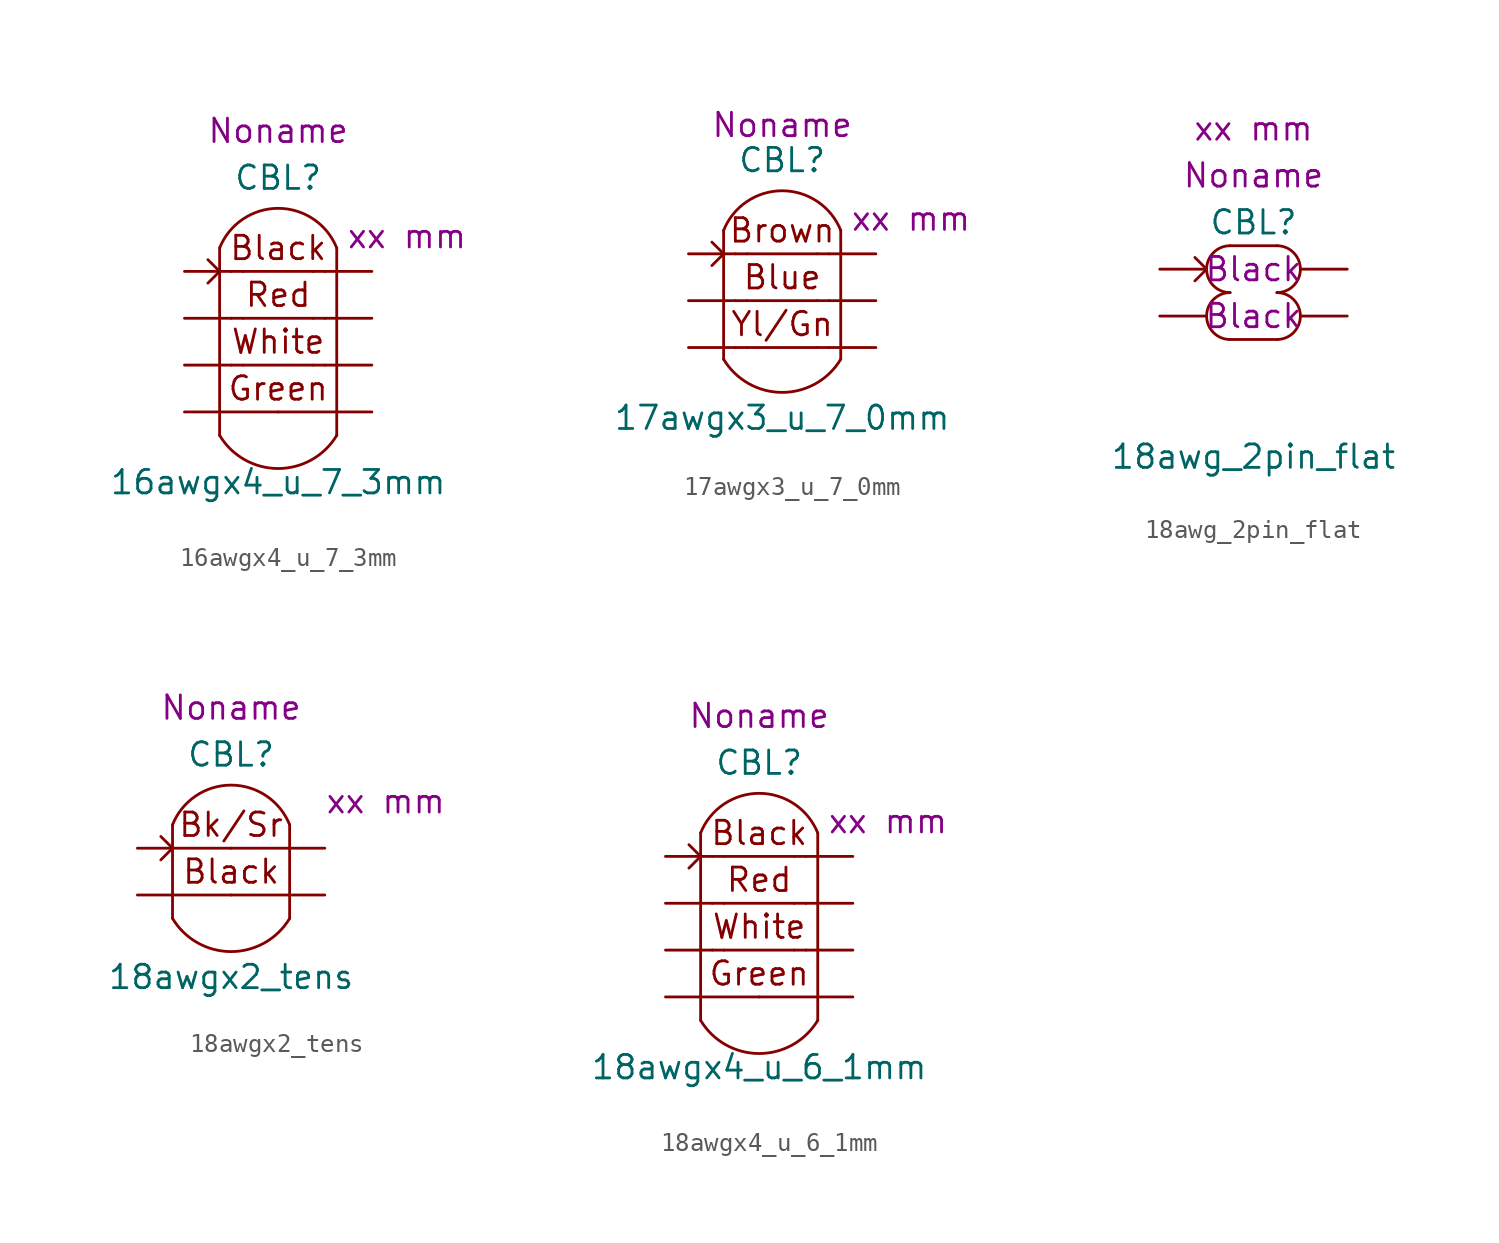
<source format=kicad_sym>
(kicad_symbol_lib
  (version 20220914)
  (generator kicad_symbol_editor)
  (symbol "16awgx4_u_7_3mm"
    (pin_numbers hide)
    (pin_names hide)
    (property "Reference" "CBL"
      (at 0 7.62 0)
      (effects (font (size 1.27 1.27))))
    (property "Value" "16awgx4_u_7_3mm"
      (at 0 -8.89 0)
      (effects (font (size 1.27 1.27))))
    (property "Length" "xx mm"
      (at 6.985 4.445 0)
      (effects (font (size 1.27 1.27))))
    (property "Harness_name" "Noname"
      (at 0 10.16 0)
      (effects (font (size 1.27 1.27))))
    (symbol "16awgx4_u_7_3mm_0_0"
      (arc (start -3.175 -6.35) (mid 0 -8.1477) (end 3.175 -6.35) (stroke (width 0) (type default)) (fill (type none)))
      (polyline (pts (xy -3.175 3.81) (xy -3.175 -6.35)) (stroke (width 0) (type default)) (fill (type none)))
      (polyline (pts (xy -1.905 -2.54) (xy 1.905 -2.54)) (stroke (width 0) (type default)) (fill (type none)))
      (polyline (pts (xy -1.905 0) (xy 1.905 0)) (stroke (width 0) (type default)) (fill (type none)))
      (polyline (pts (xy -1.905 2.54) (xy 1.905 2.54)) (stroke (width 0) (type default)) (fill (type none)))
      (polyline (pts (xy 3.175 3.81) (xy 3.175 -6.35)) (stroke (width 0) (type default)) (fill (type none)))
      (arc (start 3.175 3.81) (mid 0 5.9596) (end -3.175 3.81) (stroke (width 0) (type default)) (fill (type none)))
      (text "Black" (at 0 3.81 0) (effects (font (size 1.27 1.27))))
      (text "Green" (at 0 -3.81 0) (effects (font (size 1.27 1.27))))
      (text "Red" (at 0 1.27 0) (effects (font (size 1.27 1.27))))
      (text "White" (at 0 -1.27 0) (effects (font (size 1.27 1.27))))
      (pin passive line (at -5.08 -5.08 0) (length 5.08) (name "C4.1" (effects (font (size 1.27 1.27)))) (number "7" (effects (font (size 1.27 1.27)))))
      (pin passive line (at 5.08 -5.08 180) (length 5.08) (name "C4.2" (effects (font (size 1.27 1.27)))) (number "8" (effects (font (size 1.27 1.27))))))
    (symbol "16awgx4_u_7_3mm_0_1"
      (polyline (pts (xy -1.905 -2.54) (xy -2.54 -2.54)) (stroke (width 0) (type default)) (fill (type none)))
      (polyline (pts (xy -1.905 0) (xy -2.54 0)) (stroke (width 0) (type default)) (fill (type none)))
      (polyline (pts (xy -1.905 2.54) (xy -2.54 2.54)) (stroke (width 0) (type default)) (fill (type none)))
      (polyline (pts (xy 2.54 -2.54) (xy 1.905 -2.54)) (stroke (width 0) (type default)) (fill (type none)))
      (polyline (pts (xy 2.54 0) (xy 1.905 0)) (stroke (width 0) (type default)) (fill (type none)))
      (polyline (pts (xy 2.54 2.54) (xy 1.905 2.54)) (stroke (width 0) (type default)) (fill (type none)))
      (polyline (pts (xy -3.81 3.175) (xy -3.175 2.54) (xy -3.81 1.905)) (stroke (width 0) (type default)) (fill (type none))))
    (symbol "16awgx4_u_7_3mm_1_1"
      (pin passive line (at -5.08 2.54 0) (length 2.54) (name "C1.1" (effects (font (size 1.27 1.27)))) (number "1" (effects (font (size 1.27 1.27)))))
      (pin passive line (at 5.08 2.54 180) (length 2.54) (name "C1.2" (effects (font (size 1.27 1.27)))) (number "2" (effects (font (size 1.27 1.27)))))
      (pin passive line (at -5.08 0 0) (length 2.54) (name "C2.1" (effects (font (size 1.27 1.27)))) (number "3" (effects (font (size 1.27 1.27)))))
      (pin passive line (at 5.08 0 180) (length 2.54) (name "C2.2" (effects (font (size 1.27 1.27)))) (number "4" (effects (font (size 1.27 1.27)))))
      (pin passive line (at -5.08 -2.54 0) (length 2.54) (name "C3.1" (effects (font (size 1.27 1.27)))) (number "5" (effects (font (size 1.27 1.27)))))
      (pin passive line (at 5.08 -2.54 180) (length 2.54) (name "C3.2" (effects (font (size 1.27 1.27)))) (number "6" (effects (font (size 1.27 1.27)))))))
  (symbol "17awgx3_u_7_0mm"
    (pin_numbers hide)
    (pin_names hide)
    (property "Reference" "CBL"
      (at 0 7.62 0)
      (effects (font (size 1.27 1.27))))
    (property "Value" "17awgx3_u_7_0mm"
      (at 0 -6.35 0)
      (effects (font (size 1.27 1.27))))
    (property "Length" "xx mm"
      (at 6.985 4.445 0)
      (effects (font (size 1.27 1.27))))
    (property "Harness_name" "Noname"
      (at 0 9.525 0)
      (effects (font (size 1.27 1.27))))
    (symbol "17awgx3_u_7_0mm_0_0"
      (arc (start -3.175 -3.175) (mid 0 -4.9727) (end 3.175 -3.175) (stroke (width 0) (type default)) (fill (type none)))
      (polyline (pts (xy -3.175 3.81) (xy -3.175 -3.175)) (stroke (width 0) (type default)) (fill (type none)))
      (polyline (pts (xy -1.905 -2.54) (xy 1.905 -2.54)) (stroke (width 0) (type default)) (fill (type none)))
      (polyline (pts (xy -1.905 0) (xy 1.905 0)) (stroke (width 0) (type default)) (fill (type none)))
      (polyline (pts (xy -1.905 2.54) (xy 1.905 2.54)) (stroke (width 0) (type default)) (fill (type none)))
      (polyline (pts (xy 3.175 3.81) (xy 3.175 -3.175)) (stroke (width 0) (type default)) (fill (type none)))
      (arc (start 3.175 3.81) (mid 0 5.9596) (end -3.175 3.81) (stroke (width 0) (type default)) (fill (type none)))
      (text "Blue" (at 0 1.27 0) (effects (font (size 1.27 1.27))))
      (text "Brown" (at 0 3.81 0) (effects (font (size 1.27 1.27))))
      (text "Yl/Gn" (at 0 -1.27 0) (effects (font (size 1.27 1.27)))))
    (symbol "17awgx3_u_7_0mm_0_1"
      (polyline (pts (xy -1.905 -2.54) (xy -2.54 -2.54)) (stroke (width 0) (type default)) (fill (type none)))
      (polyline (pts (xy -1.905 0) (xy -2.54 0)) (stroke (width 0) (type default)) (fill (type none)))
      (polyline (pts (xy -1.905 2.54) (xy -2.54 2.54)) (stroke (width 0) (type default)) (fill (type none)))
      (polyline (pts (xy 2.54 -2.54) (xy 1.905 -2.54)) (stroke (width 0) (type default)) (fill (type none)))
      (polyline (pts (xy 2.54 0) (xy 1.905 0)) (stroke (width 0) (type default)) (fill (type none)))
      (polyline (pts (xy 2.54 2.54) (xy 1.905 2.54)) (stroke (width 0) (type default)) (fill (type none)))
      (polyline (pts (xy -3.81 3.175) (xy -3.175 2.54) (xy -3.81 1.905)) (stroke (width 0) (type default)) (fill (type none))))
    (symbol "17awgx3_u_7_0mm_1_1"
      (pin passive line (at -5.08 2.54 0) (length 2.54) (name "C1.1" (effects (font (size 1.27 1.27)))) (number "1" (effects (font (size 1.27 1.27)))))
      (pin passive line (at 5.08 2.54 180) (length 2.54) (name "C1.2" (effects (font (size 1.27 1.27)))) (number "2" (effects (font (size 1.27 1.27)))))
      (pin passive line (at -5.08 0 0) (length 2.54) (name "C2.1" (effects (font (size 1.27 1.27)))) (number "3" (effects (font (size 1.27 1.27)))))
      (pin passive line (at 5.08 0 180) (length 2.54) (name "C2.2" (effects (font (size 1.27 1.27)))) (number "4" (effects (font (size 1.27 1.27)))))
      (pin passive line (at -5.08 -2.54 0) (length 2.54) (name "C3.1" (effects (font (size 1.27 1.27)))) (number "5" (effects (font (size 1.27 1.27)))))
      (pin passive line (at 5.08 -2.54 180) (length 2.54) (name "C3.2" (effects (font (size 1.27 1.27)))) (number "6" (effects (font (size 1.27 1.27)))))))
  (symbol "18awg_2pin_flat"
    (pin_numbers hide)
    (pin_names hide)
    (property "Reference" "CBL"
      (at 0 13.97 0)
      (effects (font (size 1.27 1.27))))
    (property "Value" "18awg_2pin_flat"
      (at 0 1.27 0)
      (effects (font (size 1.27 1.27))))
    (property "color1" "Black"
      (at 0 11.43 0)
      (effects (font (size 1.27 1.27))))
    (property "color2" "Black"
      (at 0 8.89 0)
      (effects (font (size 1.27 1.27))))
    (property "Length" "xx mm"
      (at 0 19.05 0)
      (effects (font (size 1.27 1.27))))
    (property "Harness_name" "Noname"
      (at 0 16.51 0)
      (effects (font (size 1.27 1.27))))
    (symbol "18awg_2pin_flat_0_0"
      (arc (start -1.27 12.7) (mid -2.5345 11.43) (end -1.27 10.16) (stroke (width 0) (type default)) (fill (type none)))
      (polyline (pts (xy -1.27 7.62) (xy 1.27 7.62)) (stroke (width 0) (type default)) (fill (type none)))
      (polyline (pts (xy -1.27 12.7) (xy 1.27 12.7)) (stroke (width 0) (type default)) (fill (type none))))
    (symbol "18awg_2pin_flat_0_1"
      (polyline (pts (xy -3.175 12.065) (xy -2.54 11.43) (xy -3.175 10.795)) (stroke (width 0) (type default)) (fill (type none))))
    (symbol "18awg_2pin_flat_1_1"
      (arc (start -1.27 10.16) (mid -2.5345 8.89) (end -1.27 7.62) (stroke (width 0) (type default)) (fill (type none)))
      (arc (start 1.27 7.62) (mid 2.5345 8.89) (end 1.27 10.16) (stroke (width 0) (type default)) (fill (type none)))
      (arc (start 1.27 10.16) (mid 2.5345 11.43) (end 1.27 12.7) (stroke (width 0) (type default)) (fill (type none)))
      (pin passive line (at -5.08 11.43 0) (length 2.54) (name "C1.1" (effects (font (size 1.27 1.27)))) (number "1" (effects (font (size 1.27 1.27)))))
      (pin passive line (at 5.08 11.43 180) (length 2.54) (name "C1.2" (effects (font (size 1.27 1.27)))) (number "2" (effects (font (size 1.27 1.27)))))
      (pin passive line (at -5.08 8.89 0) (length 2.54) (name "C2.1" (effects (font (size 1.27 1.27)))) (number "3" (effects (font (size 1.27 1.27)))))
      (pin passive line (at 5.08 8.89 180) (length 2.54) (name "C2.2" (effects (font (size 1.27 1.27)))) (number "4" (effects (font (size 1.27 1.27)))))))
  (symbol "18awgx2_tens"
    (pin_numbers hide)
    (pin_names hide)
    (property "Reference" "CBL"
      (at 0 7.62 0)
      (effects (font (size 1.27 1.27))))
    (property "Value" "18awgx2_tens"
      (at 0 -4.445 0)
      (effects (font (size 1.27 1.27))))
    (property "Length" "xx mm"
      (at 5.08 5.08 0)
      (effects (font (size 1.27 1.27)) (justify left)))
    (property "Harness_name" "Noname"
      (at 0 10.16 0)
      (effects (font (size 1.27 1.27))))
    (symbol "18awgx2_tens_0_0"
      (arc (start -3.175 -1.27) (mid 0 -3.0677) (end 3.175 -1.27) (stroke (width 0) (type default)) (fill (type none)))
      (polyline (pts (xy -3.175 3.81) (xy -3.175 -1.27)) (stroke (width 0) (type default)) (fill (type none)))
      (polyline (pts (xy 3.175 3.81) (xy 3.175 -1.27)) (stroke (width 0) (type default)) (fill (type none)))
      (arc (start 3.175 3.81) (mid 0 5.9596) (end -3.175 3.81) (stroke (width 0) (type default)) (fill (type none)))
      (text "Bk/Sr" (at 0 3.81 0) (effects (font (size 1.27 1.27))))
      (text "Black" (at 0 1.27 0) (effects (font (size 1.27 1.27)))))
    (symbol "18awgx2_tens_0_1"
      (polyline (pts (xy -3.81 3.175) (xy -3.175 2.54) (xy -3.81 1.905)) (stroke (width 0) (type default)) (fill (type none))))
    (symbol "18awgx2_tens_1_1"
      (pin passive line (at -5.08 2.54 0) (length 5.08) (name "C1.1" (effects (font (size 1.27 1.27)))) (number "1" (effects (font (size 1.27 1.27)))))
      (pin passive line (at 5.08 2.54 180) (length 5.08) (name "C1.2" (effects (font (size 1.27 1.27)))) (number "2" (effects (font (size 1.27 1.27)))))
      (pin passive line (at -5.08 0 0) (length 5.08) (name "C2.1" (effects (font (size 1.27 1.27)))) (number "3" (effects (font (size 1.27 1.27)))))
      (pin passive line (at 5.08 0 180) (length 5.08) (name "C2.2" (effects (font (size 1.27 1.27)))) (number "4" (effects (font (size 1.27 1.27)))))))
  (symbol "18awgx4_u_6_1mm"
    (pin_numbers hide)
    (pin_names hide)
    (property "Reference" "CBL"
      (at 0 7.62 0)
      (effects (font (size 1.27 1.27))))
    (property "Value" "18awgx4_u_6_1mm"
      (at 0 -8.89 0)
      (effects (font (size 1.27 1.27))))
    (property "Length" "xx mm"
      (at 6.985 4.445 0)
      (effects (font (size 1.27 1.27))))
    (property "Harness_name" "Noname"
      (at 0 10.16 0)
      (effects (font (size 1.27 1.27))))
    (symbol "18awgx4_u_6_1mm_0_0"
      (arc (start -3.175 -6.35) (mid 0 -8.1477) (end 3.175 -6.35) (stroke (width 0) (type default)) (fill (type none)))
      (polyline (pts (xy -3.175 3.81) (xy -3.175 -6.35)) (stroke (width 0) (type default)) (fill (type none)))
      (polyline (pts (xy -1.905 -2.54) (xy 1.905 -2.54)) (stroke (width 0) (type default)) (fill (type none)))
      (polyline (pts (xy -1.905 0) (xy 1.905 0)) (stroke (width 0) (type default)) (fill (type none)))
      (polyline (pts (xy -1.905 2.54) (xy 1.905 2.54)) (stroke (width 0) (type default)) (fill (type none)))
      (polyline (pts (xy 3.175 3.81) (xy 3.175 -6.35)) (stroke (width 0) (type default)) (fill (type none)))
      (arc (start 3.175 3.81) (mid 0 5.9596) (end -3.175 3.81) (stroke (width 0) (type default)) (fill (type none)))
      (text "Black" (at 0 3.81 0) (effects (font (size 1.27 1.27))))
      (text "Green" (at 0 -3.81 0) (effects (font (size 1.27 1.27))))
      (text "Red" (at 0 1.27 0) (effects (font (size 1.27 1.27))))
      (text "White" (at 0 -1.27 0) (effects (font (size 1.27 1.27))))
      (pin passive line (at -5.08 -5.08 0) (length 5.08) (name "C4.1" (effects (font (size 1.27 1.27)))) (number "7" (effects (font (size 1.27 1.27)))))
      (pin passive line (at 5.08 -5.08 180) (length 5.08) (name "C4.2" (effects (font (size 1.27 1.27)))) (number "8" (effects (font (size 1.27 1.27))))))
    (symbol "18awgx4_u_6_1mm_0_1"
      (polyline (pts (xy -1.905 -2.54) (xy -2.54 -2.54)) (stroke (width 0) (type default)) (fill (type none)))
      (polyline (pts (xy -1.905 0) (xy -2.54 0)) (stroke (width 0) (type default)) (fill (type none)))
      (polyline (pts (xy -1.905 2.54) (xy -2.54 2.54)) (stroke (width 0) (type default)) (fill (type none)))
      (polyline (pts (xy 2.54 -2.54) (xy 1.905 -2.54)) (stroke (width 0) (type default)) (fill (type none)))
      (polyline (pts (xy 2.54 0) (xy 1.905 0)) (stroke (width 0) (type default)) (fill (type none)))
      (polyline (pts (xy 2.54 2.54) (xy 1.905 2.54)) (stroke (width 0) (type default)) (fill (type none)))
      (polyline (pts (xy -3.81 3.175) (xy -3.175 2.54) (xy -3.81 1.905)) (stroke (width 0) (type default)) (fill (type none))))
    (symbol "18awgx4_u_6_1mm_1_1"
      (pin passive line (at -5.08 2.54 0) (length 2.54) (name "C1.1" (effects (font (size 1.27 1.27)))) (number "1" (effects (font (size 1.27 1.27)))))
      (pin passive line (at 5.08 2.54 180) (length 2.54) (name "C1.2" (effects (font (size 1.27 1.27)))) (number "2" (effects (font (size 1.27 1.27)))))
      (pin passive line (at -5.08 0 0) (length 2.54) (name "C2.1" (effects (font (size 1.27 1.27)))) (number "3" (effects (font (size 1.27 1.27)))))
      (pin passive line (at 5.08 0 180) (length 2.54) (name "C2.2" (effects (font (size 1.27 1.27)))) (number "4" (effects (font (size 1.27 1.27)))))
      (pin passive line (at -5.08 -2.54 0) (length 2.54) (name "C3.1" (effects (font (size 1.27 1.27)))) (number "5" (effects (font (size 1.27 1.27)))))
      (pin passive line (at 5.08 -2.54 180) (length 2.54) (name "C3.2" (effects (font (size 1.27 1.27)))) (number "6" (effects (font (size 1.27 1.27))))))))
</source>
